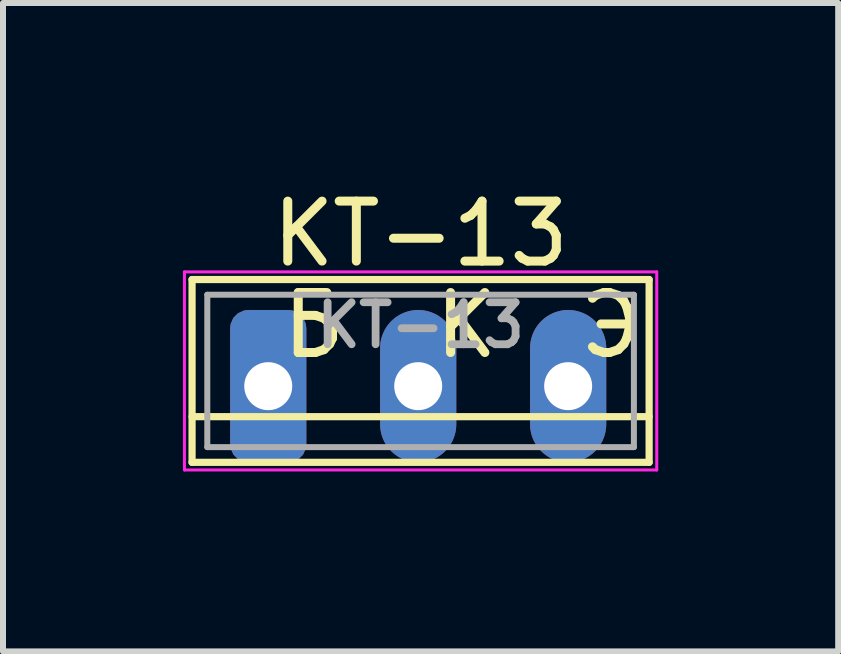
<source format=kicad_pcb>
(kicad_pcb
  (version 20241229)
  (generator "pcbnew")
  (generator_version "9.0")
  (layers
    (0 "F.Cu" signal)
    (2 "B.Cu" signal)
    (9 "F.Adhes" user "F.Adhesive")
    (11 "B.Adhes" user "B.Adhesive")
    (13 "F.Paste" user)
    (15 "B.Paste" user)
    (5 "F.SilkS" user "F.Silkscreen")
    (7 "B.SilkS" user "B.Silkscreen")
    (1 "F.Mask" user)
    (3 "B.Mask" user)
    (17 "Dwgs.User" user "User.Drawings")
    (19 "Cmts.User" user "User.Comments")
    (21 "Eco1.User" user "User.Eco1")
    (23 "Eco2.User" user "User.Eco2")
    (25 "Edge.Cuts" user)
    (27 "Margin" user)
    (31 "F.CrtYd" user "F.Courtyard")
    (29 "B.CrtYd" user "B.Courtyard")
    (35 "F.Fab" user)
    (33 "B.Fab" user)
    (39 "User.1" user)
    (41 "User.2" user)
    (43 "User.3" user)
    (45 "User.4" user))
  (footprint "КТ-13"
    (layer "F.Cu")
    (at 1.422 3.388)
    (property "Reference" "КТ-13" (at 2.54 -2.54 0) (layer "F.SilkS") (effects (font (size 1 1) (thickness 0.15))))
    (attr through_hole)
    (fp_line (start -1.27 -1.778) (end 6.35 -1.778) (stroke (width 0.12) (type solid)) (layer "F.SilkS"))
    (fp_line (start -1.27 0.508) (end 6.35 0.508) (stroke (width 0.12) (type solid)) (layer "F.SilkS"))
    (fp_line (start -1.27 1.27) (end -1.27 -1.778) (stroke (width 0.12) (type solid)) (layer "F.SilkS"))
    (fp_line (start -1.27 1.27) (end 6.35 1.27) (stroke (width 0.12) (type solid)) (layer "F.SilkS"))
    (fp_line (start 6.35 -1.778) (end 6.35 1.27) (stroke (width 0.12) (type solid)) (layer "F.SilkS"))
    (fp_line (start -1.397 -1.905) (end 6.477 -1.905) (stroke (width 0.05) (type solid)) (layer "F.CrtYd"))
    (fp_line (start -1.397 1.397) (end -1.397 -1.905) (stroke (width 0.05) (type solid)) (layer "F.CrtYd"))
    (fp_line (start 6.477 -1.905) (end 6.477 1.397) (stroke (width 0.05) (type solid)) (layer "F.CrtYd"))
    (fp_line (start 6.477 1.397) (end -1.397 1.397) (stroke (width 0.05) (type solid)) (layer "F.CrtYd"))
    (fp_line (start -1.016 -1.524) (end -1.016 1.016) (stroke (width 0.1) (type solid)) (layer "F.Fab"))
    (fp_line (start 6.096 -1.524) (end -1.016 -1.524) (stroke (width 0.1) (type solid)) (layer "F.Fab"))
    (fp_line (start 6.096 -1.524) (end 6.096 1.016) (stroke (width 0.1) (type solid)) (layer "F.Fab"))
    (fp_line (start 6.096 1.016) (end -1.016 1.016) (stroke (width 0.1) (type solid)) (layer "F.Fab"))
    (fp_text user "Б" (at 0.762 -1.016 0) (unlocked yes) (layer "F.SilkS") (effects (font (size 1 1) (thickness 0.15))))
    (fp_text user "К" (at 3.302 -1.016 0) (unlocked yes) (layer "F.SilkS") (effects (font (size 1 1) (thickness 0.15))))
    (fp_text user "Э" (at 5.715 -1.016 0) (unlocked yes) (layer "F.SilkS") (effects (font (size 1 1) (thickness 0.15))))
    (fp_text user "${REFERENCE}" (at 2.54 -1.016 0) (layer "F.Fab") (effects (font (size 0.7 0.7) (thickness 0.13))))
    (pad "1" thru_hole roundrect (at 0 0) (size 1.27 2.54) (drill 0.8) (layers "*.Cu" "*.Mask") (roundrect_rratio 0.238))
    (pad "2" thru_hole oval (at 2.5 0) (size 1.27 2.54) (drill 0.8) (layers "*.Cu" "*.Mask"))
    (pad "3" thru_hole oval (at 5 0) (size 1.27 2.54) (drill 0.8) (layers "*.Cu" "*.Mask")))
  (gr_rect
    (start -3 -3)
    (end 10.924 7.81)
    (stroke (width 0.1) (type default))
    (fill no)
    (layer "Edge.Cuts")))
</source>
